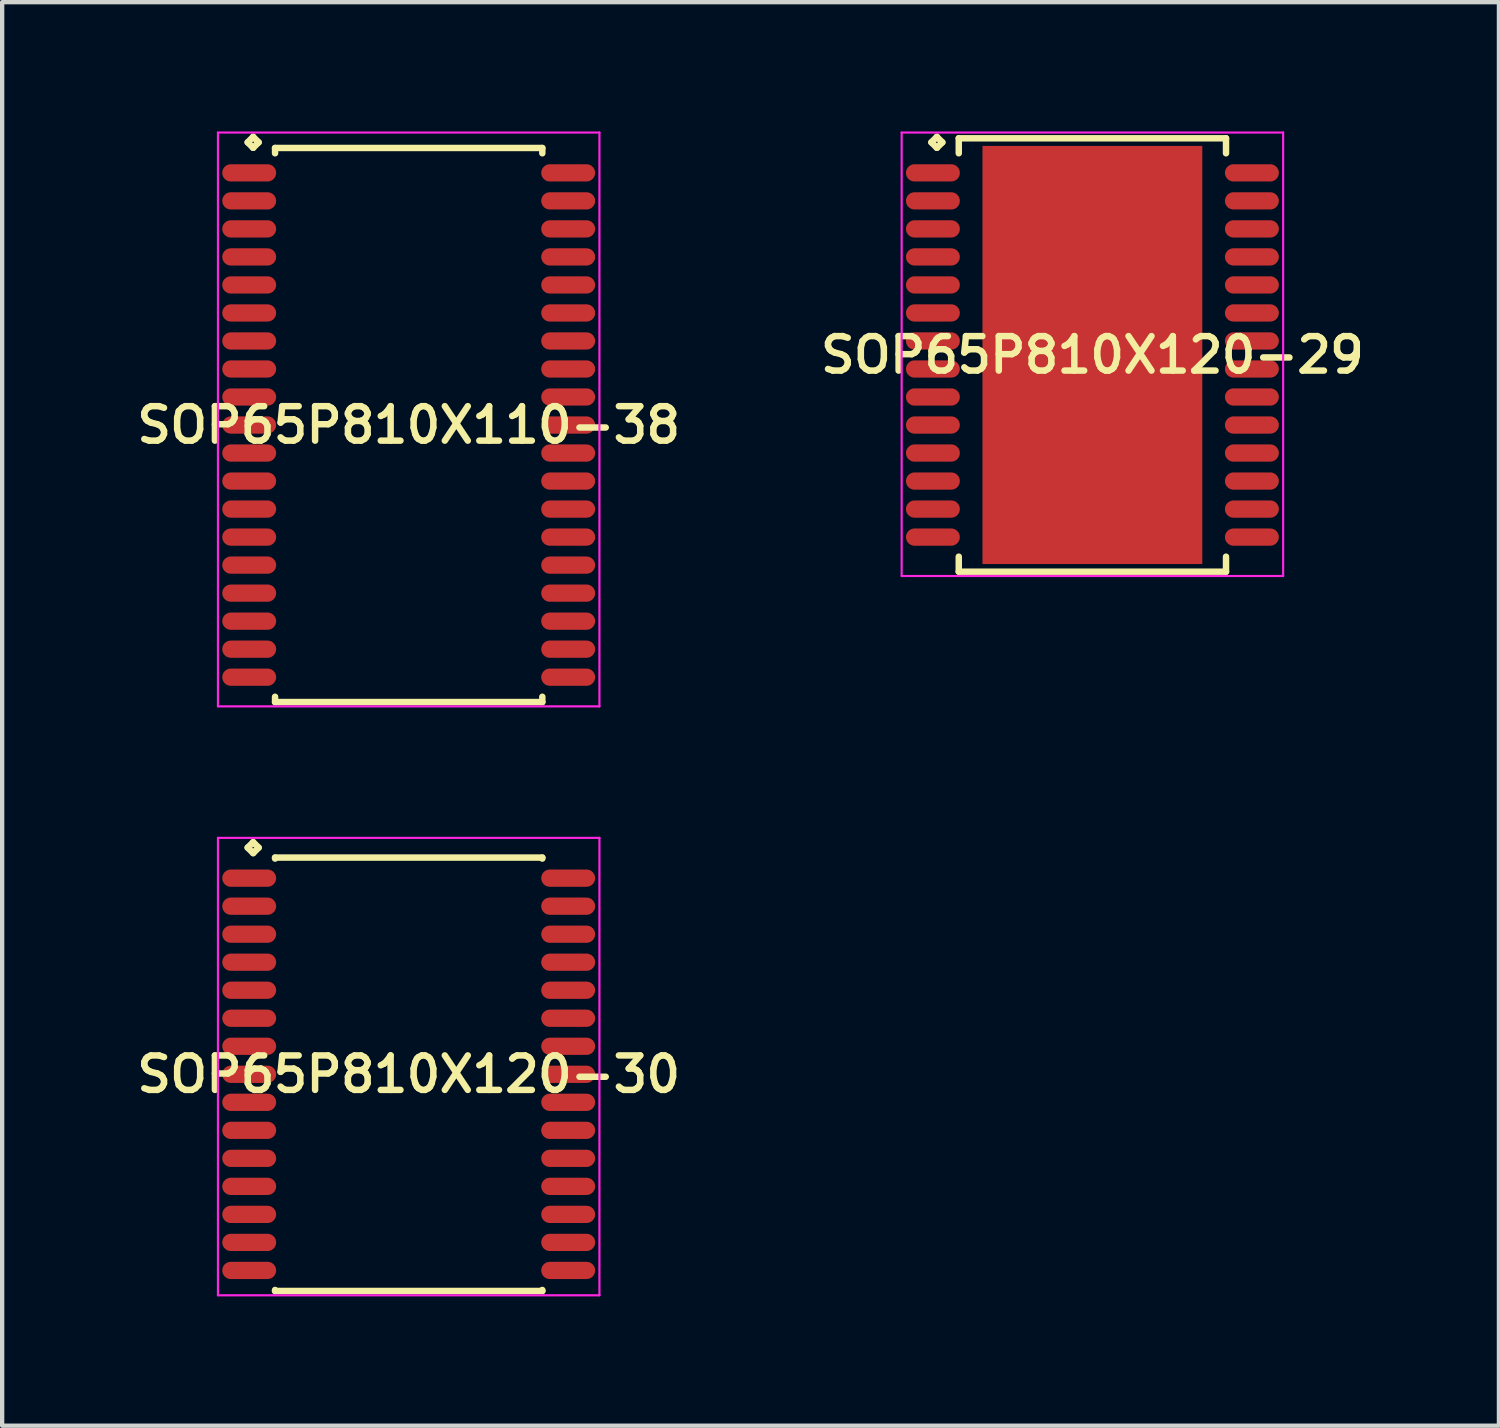
<source format=kicad_pcb>
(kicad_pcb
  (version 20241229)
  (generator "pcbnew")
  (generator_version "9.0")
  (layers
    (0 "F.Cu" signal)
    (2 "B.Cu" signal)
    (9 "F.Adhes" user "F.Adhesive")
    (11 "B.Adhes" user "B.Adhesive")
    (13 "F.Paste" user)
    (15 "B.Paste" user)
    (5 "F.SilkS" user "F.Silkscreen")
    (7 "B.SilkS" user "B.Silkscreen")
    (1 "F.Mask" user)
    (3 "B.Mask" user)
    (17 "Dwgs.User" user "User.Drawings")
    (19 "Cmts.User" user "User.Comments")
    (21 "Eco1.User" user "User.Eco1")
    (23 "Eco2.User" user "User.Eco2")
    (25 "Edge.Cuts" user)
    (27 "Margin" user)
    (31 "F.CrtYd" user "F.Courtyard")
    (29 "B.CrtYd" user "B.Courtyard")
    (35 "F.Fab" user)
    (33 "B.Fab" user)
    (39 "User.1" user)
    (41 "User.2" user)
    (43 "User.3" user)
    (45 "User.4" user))
  (footprint "SOP65P810X120-30"
    (layer "F.Cu")
    (at 6.431 21.872)
    (property "Reference" "SOP65P810X120-30" (at 0 0 0) (layer "F.SilkS") (effects (font (size 0.8 0.8) (thickness 0.15))))
    (attr smd)
    (fp_line (start -3.735 -5.258) (end -3.608 -5.385) (stroke (width 0.15) (type solid)) (layer "F.SilkS"))
    (fp_line (start -3.608 -5.385) (end -3.481 -5.258) (stroke (width 0.15) (type solid)) (layer "F.SilkS"))
    (fp_line (start -3.608 -5.131) (end -3.735 -5.258) (stroke (width 0.15) (type solid)) (layer "F.SilkS"))
    (fp_line (start -3.481 -5.258) (end -3.608 -5.131) (stroke (width 0.15) (type solid)) (layer "F.SilkS"))
    (fp_line (start -3.1 -5.027) (end 3.1 -5.027) (stroke (width 0.15) (type solid)) (layer "F.SilkS"))
    (fp_line (start -3.1 -5.004) (end -3.1 -5.027) (stroke (width 0.15) (type solid)) (layer "F.SilkS"))
    (fp_line (start -3.1 5.004) (end -3.1 5.027) (stroke (width 0.15) (type solid)) (layer "F.SilkS"))
    (fp_line (start -3.1 5.027) (end 3.1 5.027) (stroke (width 0.15) (type solid)) (layer "F.SilkS"))
    (fp_line (start 3.1 -5.027) (end 3.1 -5.004) (stroke (width 0.15) (type solid)) (layer "F.SilkS"))
    (fp_line (start 3.1 5.027) (end 3.1 5.004) (stroke (width 0.15) (type solid)) (layer "F.SilkS"))
    (fp_line (start -4.425 -5.485) (end 4.425 -5.485) (stroke (width 0.05) (type solid)) (layer "F.CrtYd"))
    (fp_line (start -4.425 5.127) (end -4.425 -5.485) (stroke (width 0.05) (type solid)) (layer "F.CrtYd"))
    (fp_line (start 4.425 -5.485) (end 4.425 5.127) (stroke (width 0.05) (type solid)) (layer "F.CrtYd"))
    (fp_line (start 4.425 5.127) (end -4.425 5.127) (stroke (width 0.05) (type solid)) (layer "F.CrtYd"))
    (pad "1" smd oval (at -3.7 -4.55) (size 1.25 0.4) (layers "F.Cu" "F.Mask" "F.Paste"))
    (pad "2" smd oval (at -3.7 -3.9) (size 1.25 0.4) (layers "F.Cu" "F.Mask" "F.Paste"))
    (pad "3" smd oval (at -3.7 -3.25) (size 1.25 0.4) (layers "F.Cu" "F.Mask" "F.Paste"))
    (pad "4" smd oval (at -3.7 -2.6) (size 1.25 0.4) (layers "F.Cu" "F.Mask" "F.Paste"))
    (pad "5" smd oval (at -3.7 -1.95) (size 1.25 0.4) (layers "F.Cu" "F.Mask" "F.Paste"))
    (pad "6" smd oval (at -3.7 -1.3) (size 1.25 0.4) (layers "F.Cu" "F.Mask" "F.Paste"))
    (pad "7" smd oval (at -3.7 -0.65) (size 1.25 0.4) (layers "F.Cu" "F.Mask" "F.Paste"))
    (pad "8" smd oval (at -3.7 0) (size 1.25 0.4) (layers "F.Cu" "F.Mask" "F.Paste"))
    (pad "9" smd oval (at -3.7 0.65) (size 1.25 0.4) (layers "F.Cu" "F.Mask" "F.Paste"))
    (pad "10" smd oval (at -3.7 1.3) (size 1.25 0.4) (layers "F.Cu" "F.Mask" "F.Paste"))
    (pad "11" smd oval (at -3.7 1.95) (size 1.25 0.4) (layers "F.Cu" "F.Mask" "F.Paste"))
    (pad "12" smd oval (at -3.7 2.6) (size 1.25 0.4) (layers "F.Cu" "F.Mask" "F.Paste"))
    (pad "13" smd oval (at -3.7 3.25) (size 1.25 0.4) (layers "F.Cu" "F.Mask" "F.Paste"))
    (pad "14" smd oval (at -3.7 3.9) (size 1.25 0.4) (layers "F.Cu" "F.Mask" "F.Paste"))
    (pad "15" smd oval (at -3.7 4.55) (size 1.25 0.4) (layers "F.Cu" "F.Mask" "F.Paste"))
    (pad "16" smd oval (at 3.7 4.55) (size 1.25 0.4) (layers "F.Cu" "F.Mask" "F.Paste"))
    (pad "17" smd oval (at 3.7 3.9) (size 1.25 0.4) (layers "F.Cu" "F.Mask" "F.Paste"))
    (pad "18" smd oval (at 3.7 3.25) (size 1.25 0.4) (layers "F.Cu" "F.Mask" "F.Paste"))
    (pad "19" smd oval (at 3.7 2.6) (size 1.25 0.4) (layers "F.Cu" "F.Mask" "F.Paste"))
    (pad "20" smd oval (at 3.7 1.95) (size 1.25 0.4) (layers "F.Cu" "F.Mask" "F.Paste"))
    (pad "21" smd oval (at 3.7 1.3) (size 1.25 0.4) (layers "F.Cu" "F.Mask" "F.Paste"))
    (pad "22" smd oval (at 3.7 0.65) (size 1.25 0.4) (layers "F.Cu" "F.Mask" "F.Paste"))
    (pad "23" smd oval (at 3.7 0) (size 1.25 0.4) (layers "F.Cu" "F.Mask" "F.Paste"))
    (pad "24" smd oval (at 3.7 -0.65) (size 1.25 0.4) (layers "F.Cu" "F.Mask" "F.Paste"))
    (pad "25" smd oval (at 3.7 -1.3) (size 1.25 0.4) (layers "F.Cu" "F.Mask" "F.Paste"))
    (pad "26" smd oval (at 3.7 -1.95) (size 1.25 0.4) (layers "F.Cu" "F.Mask" "F.Paste"))
    (pad "27" smd oval (at 3.7 -2.6) (size 1.25 0.4) (layers "F.Cu" "F.Mask" "F.Paste"))
    (pad "28" smd oval (at 3.7 -3.25) (size 1.25 0.4) (layers "F.Cu" "F.Mask" "F.Paste"))
    (pad "29" smd oval (at 3.7 -3.9) (size 1.25 0.4) (layers "F.Cu" "F.Mask" "F.Paste"))
    (pad "30" smd oval (at 3.7 -4.55) (size 1.25 0.4) (layers "F.Cu" "F.Mask" "F.Paste")))
  (footprint "SOP65P810X110-38"
    (layer "F.Cu")
    (at 6.431 6.81)
    (property "Reference" "SOP65P810X110-38" (at 0 0 0) (layer "F.SilkS") (effects (font (size 0.8 0.8) (thickness 0.15))))
    (attr smd)
    (fp_line (start -3.735 -6.558) (end -3.608 -6.685) (stroke (width 0.15) (type solid)) (layer "F.SilkS"))
    (fp_line (start -3.608 -6.685) (end -3.481 -6.558) (stroke (width 0.15) (type solid)) (layer "F.SilkS"))
    (fp_line (start -3.608 -6.431) (end -3.735 -6.558) (stroke (width 0.15) (type solid)) (layer "F.SilkS"))
    (fp_line (start -3.481 -6.558) (end -3.608 -6.431) (stroke (width 0.15) (type solid)) (layer "F.SilkS"))
    (fp_line (start -3.1 -6.427) (end 3.1 -6.427) (stroke (width 0.15) (type solid)) (layer "F.SilkS"))
    (fp_line (start -3.1 -6.304) (end -3.1 -6.427) (stroke (width 0.15) (type solid)) (layer "F.SilkS"))
    (fp_line (start -3.1 6.304) (end -3.1 6.427) (stroke (width 0.15) (type solid)) (layer "F.SilkS"))
    (fp_line (start -3.1 6.427) (end 3.1 6.427) (stroke (width 0.15) (type solid)) (layer "F.SilkS"))
    (fp_line (start 3.1 -6.427) (end 3.1 -6.304) (stroke (width 0.15) (type solid)) (layer "F.SilkS"))
    (fp_line (start 3.1 6.427) (end 3.1 6.304) (stroke (width 0.15) (type solid)) (layer "F.SilkS"))
    (fp_line (start -4.425 -6.785) (end 4.425 -6.785) (stroke (width 0.05) (type solid)) (layer "F.CrtYd"))
    (fp_line (start -4.425 6.527) (end -4.425 -6.785) (stroke (width 0.05) (type solid)) (layer "F.CrtYd"))
    (fp_line (start 4.425 -6.785) (end 4.425 6.527) (stroke (width 0.05) (type solid)) (layer "F.CrtYd"))
    (fp_line (start 4.425 6.527) (end -4.425 6.527) (stroke (width 0.05) (type solid)) (layer "F.CrtYd"))
    (pad "1" smd oval (at -3.7 -5.85) (size 1.25 0.4) (layers "F.Cu" "F.Mask" "F.Paste"))
    (pad "2" smd oval (at -3.7 -5.2) (size 1.25 0.4) (layers "F.Cu" "F.Mask" "F.Paste"))
    (pad "3" smd oval (at -3.7 -4.55) (size 1.25 0.4) (layers "F.Cu" "F.Mask" "F.Paste"))
    (pad "4" smd oval (at -3.7 -3.9) (size 1.25 0.4) (layers "F.Cu" "F.Mask" "F.Paste"))
    (pad "5" smd oval (at -3.7 -3.25) (size 1.25 0.4) (layers "F.Cu" "F.Mask" "F.Paste"))
    (pad "6" smd oval (at -3.7 -2.6) (size 1.25 0.4) (layers "F.Cu" "F.Mask" "F.Paste"))
    (pad "7" smd oval (at -3.7 -1.95) (size 1.25 0.4) (layers "F.Cu" "F.Mask" "F.Paste"))
    (pad "8" smd oval (at -3.7 -1.3) (size 1.25 0.4) (layers "F.Cu" "F.Mask" "F.Paste"))
    (pad "9" smd oval (at -3.7 -0.65) (size 1.25 0.4) (layers "F.Cu" "F.Mask" "F.Paste"))
    (pad "10" smd oval (at -3.7 0) (size 1.25 0.4) (layers "F.Cu" "F.Mask" "F.Paste"))
    (pad "11" smd oval (at -3.7 0.65) (size 1.25 0.4) (layers "F.Cu" "F.Mask" "F.Paste"))
    (pad "12" smd oval (at -3.7 1.3) (size 1.25 0.4) (layers "F.Cu" "F.Mask" "F.Paste"))
    (pad "13" smd oval (at -3.7 1.95) (size 1.25 0.4) (layers "F.Cu" "F.Mask" "F.Paste"))
    (pad "14" smd oval (at -3.7 2.6) (size 1.25 0.4) (layers "F.Cu" "F.Mask" "F.Paste"))
    (pad "15" smd oval (at -3.7 3.25) (size 1.25 0.4) (layers "F.Cu" "F.Mask" "F.Paste"))
    (pad "16" smd oval (at -3.7 3.9) (size 1.25 0.4) (layers "F.Cu" "F.Mask" "F.Paste"))
    (pad "17" smd oval (at -3.7 4.55) (size 1.25 0.4) (layers "F.Cu" "F.Mask" "F.Paste"))
    (pad "18" smd oval (at -3.7 5.2) (size 1.25 0.4) (layers "F.Cu" "F.Mask" "F.Paste"))
    (pad "19" smd oval (at -3.7 5.85) (size 1.25 0.4) (layers "F.Cu" "F.Mask" "F.Paste"))
    (pad "20" smd oval (at 3.7 5.85) (size 1.25 0.4) (layers "F.Cu" "F.Mask" "F.Paste"))
    (pad "21" smd oval (at 3.7 5.2) (size 1.25 0.4) (layers "F.Cu" "F.Mask" "F.Paste"))
    (pad "22" smd oval (at 3.7 4.55) (size 1.25 0.4) (layers "F.Cu" "F.Mask" "F.Paste"))
    (pad "23" smd oval (at 3.7 3.9) (size 1.25 0.4) (layers "F.Cu" "F.Mask" "F.Paste"))
    (pad "24" smd oval (at 3.7 3.25) (size 1.25 0.4) (layers "F.Cu" "F.Mask" "F.Paste"))
    (pad "25" smd oval (at 3.7 2.6) (size 1.25 0.4) (layers "F.Cu" "F.Mask" "F.Paste"))
    (pad "26" smd oval (at 3.7 1.95) (size 1.25 0.4) (layers "F.Cu" "F.Mask" "F.Paste"))
    (pad "27" smd oval (at 3.7 1.3) (size 1.25 0.4) (layers "F.Cu" "F.Mask" "F.Paste"))
    (pad "28" smd oval (at 3.7 0.65) (size 1.25 0.4) (layers "F.Cu" "F.Mask" "F.Paste"))
    (pad "29" smd oval (at 3.7 0) (size 1.25 0.4) (layers "F.Cu" "F.Mask" "F.Paste"))
    (pad "30" smd oval (at 3.7 -0.65) (size 1.25 0.4) (layers "F.Cu" "F.Mask" "F.Paste"))
    (pad "31" smd oval (at 3.7 -1.3) (size 1.25 0.4) (layers "F.Cu" "F.Mask" "F.Paste"))
    (pad "32" smd oval (at 3.7 -1.95) (size 1.25 0.4) (layers "F.Cu" "F.Mask" "F.Paste"))
    (pad "33" smd oval (at 3.7 -2.6) (size 1.25 0.4) (layers "F.Cu" "F.Mask" "F.Paste"))
    (pad "34" smd oval (at 3.7 -3.25) (size 1.25 0.4) (layers "F.Cu" "F.Mask" "F.Paste"))
    (pad "35" smd oval (at 3.7 -3.9) (size 1.25 0.4) (layers "F.Cu" "F.Mask" "F.Paste"))
    (pad "36" smd oval (at 3.7 -4.55) (size 1.25 0.4) (layers "F.Cu" "F.Mask" "F.Paste"))
    (pad "37" smd oval (at 3.7 -5.2) (size 1.25 0.4) (layers "F.Cu" "F.Mask" "F.Paste"))
    (pad "38" smd oval (at 3.7 -5.85) (size 1.25 0.4) (layers "F.Cu" "F.Mask" "F.Paste")))
  (footprint "SOP65P810X120-29"
    (layer "F.Cu")
    (at 22.292 5.185)
    (property "Reference" "SOP65P810X120-29" (at 0 0 0) (layer "F.SilkS") (effects (font (size 0.8 0.8) (thickness 0.15))))
    (attr smd)
    (fp_line (start -3.735 -4.933) (end -3.608 -5.06) (stroke (width 0.15) (type solid)) (layer "F.SilkS"))
    (fp_line (start -3.608 -5.06) (end -3.481 -4.933) (stroke (width 0.15) (type solid)) (layer "F.SilkS"))
    (fp_line (start -3.608 -4.806) (end -3.735 -4.933) (stroke (width 0.15) (type solid)) (layer "F.SilkS"))
    (fp_line (start -3.481 -4.933) (end -3.608 -4.806) (stroke (width 0.15) (type solid)) (layer "F.SilkS"))
    (fp_line (start -3.1 -5.027) (end 3.1 -5.027) (stroke (width 0.15) (type solid)) (layer "F.SilkS"))
    (fp_line (start -3.1 -4.679) (end -3.1 -5.027) (stroke (width 0.15) (type solid)) (layer "F.SilkS"))
    (fp_line (start -3.1 4.679) (end -3.1 5.027) (stroke (width 0.15) (type solid)) (layer "F.SilkS"))
    (fp_line (start -3.1 5.027) (end 3.1 5.027) (stroke (width 0.15) (type solid)) (layer "F.SilkS"))
    (fp_line (start 3.1 -5.027) (end 3.1 -4.679) (stroke (width 0.15) (type solid)) (layer "F.SilkS"))
    (fp_line (start 3.1 5.027) (end 3.1 4.679) (stroke (width 0.15) (type solid)) (layer "F.SilkS"))
    (fp_line (start -4.425 -5.16) (end 4.425 -5.16) (stroke (width 0.05) (type solid)) (layer "F.CrtYd"))
    (fp_line (start -4.425 5.127) (end -4.425 -5.16) (stroke (width 0.05) (type solid)) (layer "F.CrtYd"))
    (fp_line (start 4.425 -5.16) (end 4.425 5.127) (stroke (width 0.05) (type solid)) (layer "F.CrtYd"))
    (fp_line (start 4.425 5.127) (end -4.425 5.127) (stroke (width 0.05) (type solid)) (layer "F.CrtYd"))
    (pad "1" smd oval (at -3.7 -4.225) (size 1.25 0.4) (layers "F.Cu" "F.Mask" "F.Paste"))
    (pad "2" smd oval (at -3.7 -3.575) (size 1.25 0.4) (layers "F.Cu" "F.Mask" "F.Paste"))
    (pad "3" smd oval (at -3.7 -2.925) (size 1.25 0.4) (layers "F.Cu" "F.Mask" "F.Paste"))
    (pad "4" smd oval (at -3.7 -2.275) (size 1.25 0.4) (layers "F.Cu" "F.Mask" "F.Paste"))
    (pad "5" smd oval (at -3.7 -1.625) (size 1.25 0.4) (layers "F.Cu" "F.Mask" "F.Paste"))
    (pad "6" smd oval (at -3.7 -0.975) (size 1.25 0.4) (layers "F.Cu" "F.Mask" "F.Paste"))
    (pad "7" smd oval (at -3.7 -0.325) (size 1.25 0.4) (layers "F.Cu" "F.Mask" "F.Paste"))
    (pad "8" smd oval (at -3.7 0.325) (size 1.25 0.4) (layers "F.Cu" "F.Mask" "F.Paste"))
    (pad "9" smd oval (at -3.7 0.975) (size 1.25 0.4) (layers "F.Cu" "F.Mask" "F.Paste"))
    (pad "10" smd oval (at -3.7 1.625) (size 1.25 0.4) (layers "F.Cu" "F.Mask" "F.Paste"))
    (pad "11" smd oval (at -3.7 2.275) (size 1.25 0.4) (layers "F.Cu" "F.Mask" "F.Paste"))
    (pad "12" smd oval (at -3.7 2.925) (size 1.25 0.4) (layers "F.Cu" "F.Mask" "F.Paste"))
    (pad "13" smd oval (at -3.7 3.575) (size 1.25 0.4) (layers "F.Cu" "F.Mask" "F.Paste"))
    (pad "14" smd oval (at -3.7 4.225) (size 1.25 0.4) (layers "F.Cu" "F.Mask" "F.Paste"))
    (pad "15" smd oval (at 3.7 4.225) (size 1.25 0.4) (layers "F.Cu" "F.Mask" "F.Paste"))
    (pad "16" smd oval (at 3.7 3.575) (size 1.25 0.4) (layers "F.Cu" "F.Mask" "F.Paste"))
    (pad "17" smd oval (at 3.7 2.925) (size 1.25 0.4) (layers "F.Cu" "F.Mask" "F.Paste"))
    (pad "18" smd oval (at 3.7 2.275) (size 1.25 0.4) (layers "F.Cu" "F.Mask" "F.Paste"))
    (pad "19" smd oval (at 3.7 1.625) (size 1.25 0.4) (layers "F.Cu" "F.Mask" "F.Paste"))
    (pad "20" smd oval (at 3.7 0.975) (size 1.25 0.4) (layers "F.Cu" "F.Mask" "F.Paste"))
    (pad "21" smd oval (at 3.7 0.325) (size 1.25 0.4) (layers "F.Cu" "F.Mask" "F.Paste"))
    (pad "22" smd oval (at 3.7 -0.325) (size 1.25 0.4) (layers "F.Cu" "F.Mask" "F.Paste"))
    (pad "23" smd oval (at 3.7 -0.975) (size 1.25 0.4) (layers "F.Cu" "F.Mask" "F.Paste"))
    (pad "24" smd oval (at 3.7 -1.625) (size 1.25 0.4) (layers "F.Cu" "F.Mask" "F.Paste"))
    (pad "25" smd oval (at 3.7 -2.275) (size 1.25 0.4) (layers "F.Cu" "F.Mask" "F.Paste"))
    (pad "26" smd oval (at 3.7 -2.925) (size 1.25 0.4) (layers "F.Cu" "F.Mask" "F.Paste"))
    (pad "27" smd oval (at 3.7 -3.575) (size 1.25 0.4) (layers "F.Cu" "F.Mask" "F.Paste"))
    (pad "28" smd oval (at 3.7 -4.225) (size 1.25 0.4) (layers "F.Cu" "F.Mask" "F.Paste"))
    (pad "29" smd rect (at 0 0) (size 5.1 9.7) (layers "F.Cu" "F.Mask" "F.Paste")))
  (gr_rect
    (start -3 -3)
    (end 31.723 30.024)
    (stroke (width 0.1) (type default))
    (fill no)
    (layer "Edge.Cuts")))
</source>
